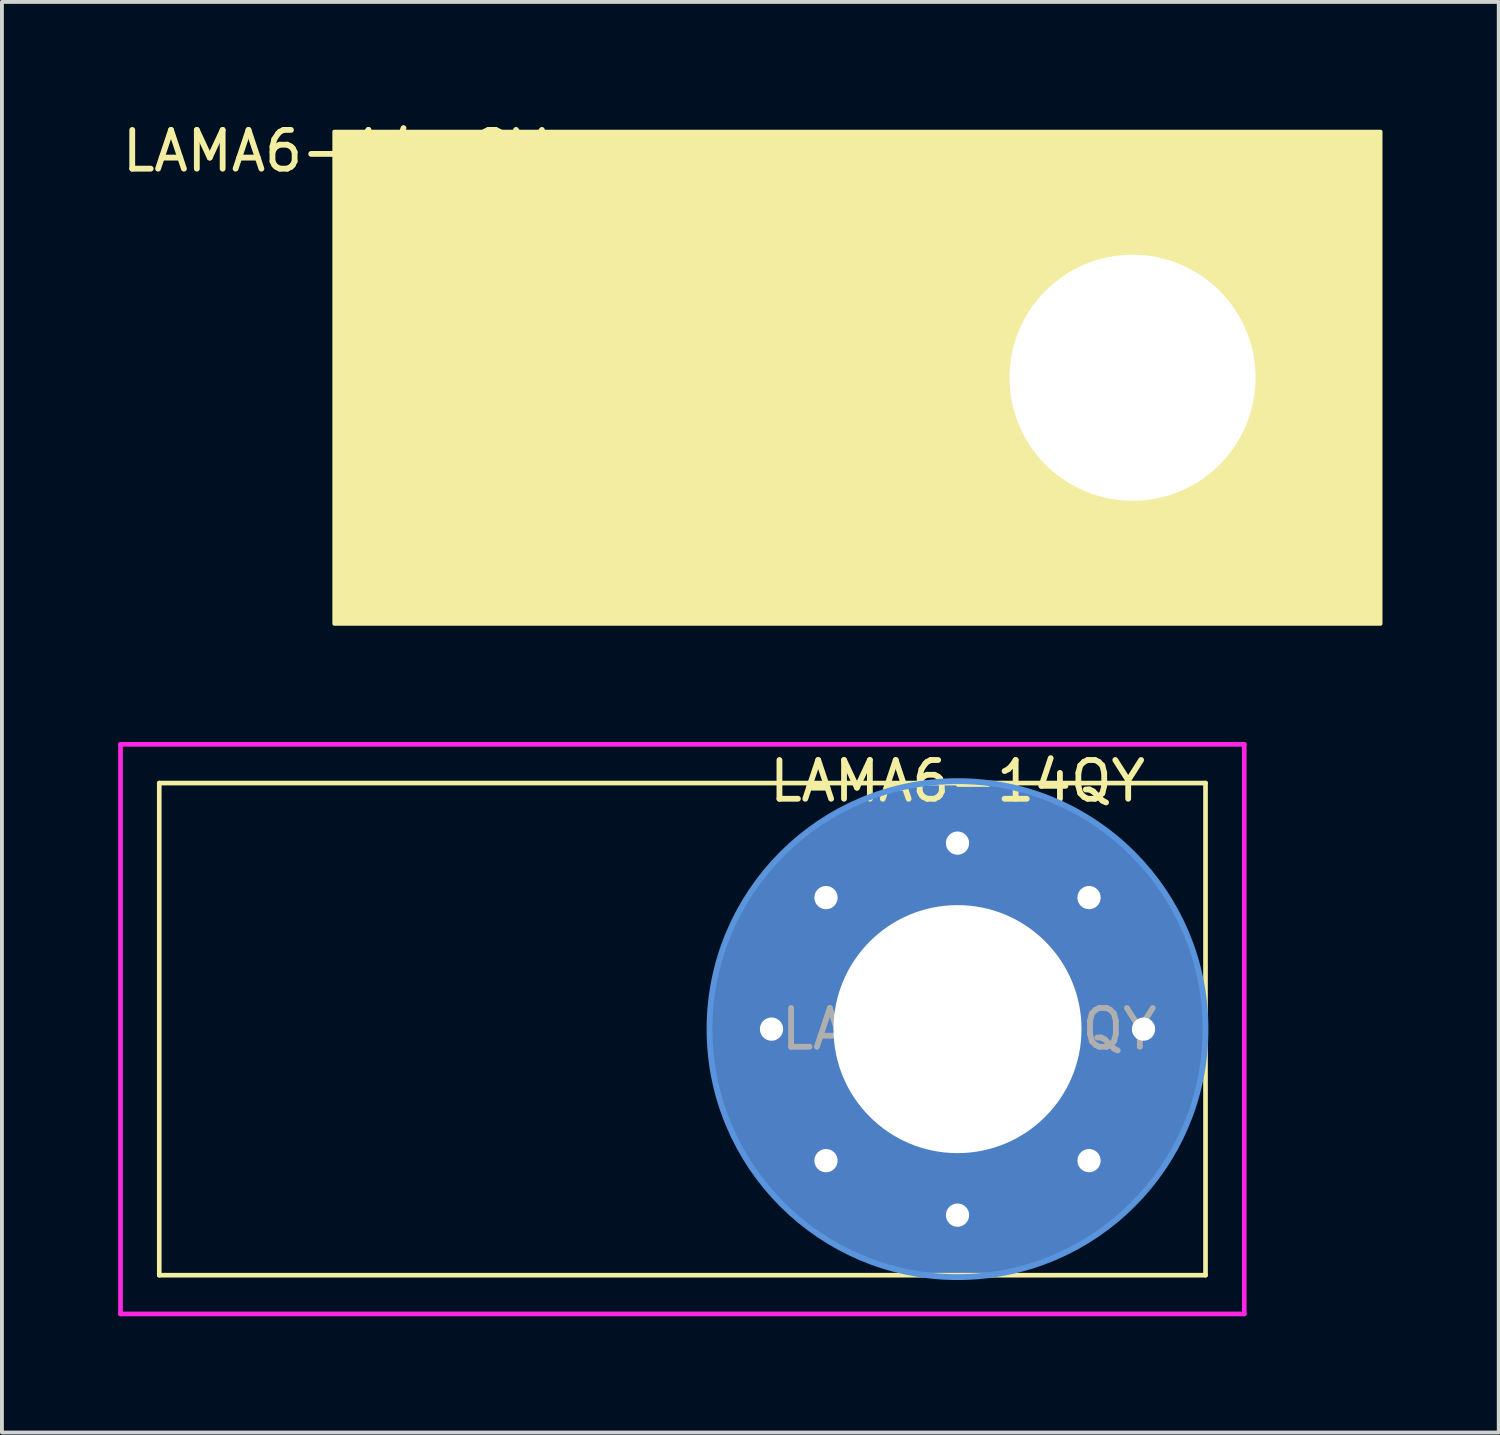
<source format=kicad_pcb>
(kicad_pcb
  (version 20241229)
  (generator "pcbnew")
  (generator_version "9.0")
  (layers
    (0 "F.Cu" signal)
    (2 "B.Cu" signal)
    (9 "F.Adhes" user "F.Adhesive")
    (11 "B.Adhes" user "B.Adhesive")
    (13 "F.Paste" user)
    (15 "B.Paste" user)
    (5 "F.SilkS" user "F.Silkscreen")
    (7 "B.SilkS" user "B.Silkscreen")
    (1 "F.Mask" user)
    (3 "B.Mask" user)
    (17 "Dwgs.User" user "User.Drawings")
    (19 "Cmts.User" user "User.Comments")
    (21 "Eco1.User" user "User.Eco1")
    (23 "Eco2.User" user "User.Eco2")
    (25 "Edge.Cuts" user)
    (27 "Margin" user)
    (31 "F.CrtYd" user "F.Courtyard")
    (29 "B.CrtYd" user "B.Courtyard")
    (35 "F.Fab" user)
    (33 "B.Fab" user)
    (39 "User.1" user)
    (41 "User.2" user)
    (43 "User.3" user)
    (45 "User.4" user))
  (footprint "LAMA6-14QY"
    (layer "F.Cu")
    (at 21.66 23.508)
    (property "Reference" "LAMA6-14QY" (at 0 -6.4 0) (layer "F.SilkS") (effects (font (size 1 1) (thickness 0.15))))
    (attr through_hole)
    (fp_line (start -20.6 -6.35) (end 6.4 -6.35) (stroke (width 0.12) (type solid)) (layer "F.SilkS"))
    (fp_line (start -20.6 6.35) (end -20.6 -6.35) (stroke (width 0.12) (type solid)) (layer "F.SilkS"))
    (fp_line (start 6.4 -6.35) (end 6.4 6.35) (stroke (width 0.12) (type solid)) (layer "F.SilkS"))
    (fp_line (start 6.4 6.35) (end -20.6 6.35) (stroke (width 0.12) (type solid)) (layer "F.SilkS"))
    (fp_circle (center 0 0) (end 6.4 0) (stroke (width 0.15) (type solid)) (fill no) (layer "Cmts.User"))
    (fp_line (start -21.6 -7.35) (end 7.4 -7.35) (stroke (width 0.12) (type solid)) (layer "F.CrtYd"))
    (fp_line (start -21.6 7.35) (end -21.6 -7.35) (stroke (width 0.12) (type solid)) (layer "F.CrtYd"))
    (fp_line (start 7.4 -7.35) (end 7.4 7.35) (stroke (width 0.12) (type solid)) (layer "F.CrtYd"))
    (fp_line (start 7.4 7.35) (end -21.6 7.35) (stroke (width 0.12) (type solid)) (layer "F.CrtYd"))
    (fp_text user "${REFERENCE}" (at 0.3 0 0) (layer "F.Fab") (effects (font (size 1 1) (thickness 0.15))))
    (pad "1" thru_hole circle (at -4.8 0) (size 0.9 0.9) (drill 0.6) (layers "*.Cu" "*.Mask"))
    (pad "1" thru_hole circle (at -3.394 -3.394) (size 0.9 0.9) (drill 0.6) (layers "*.Cu" "*.Mask"))
    (pad "1" thru_hole circle (at -3.394 3.394) (size 0.9 0.9) (drill 0.6) (layers "*.Cu" "*.Mask"))
    (pad "1" thru_hole circle (at 0 -4.8) (size 0.9 0.9) (drill 0.6) (layers "*.Cu" "*.Mask"))
    (pad "1" thru_hole circle (at 0 0) (size 12.8 12.8) (drill 6.4) (layers "*.Cu" "*.Mask"))
    (pad "1" thru_hole circle (at 0 4.8) (size 0.9 0.9) (drill 0.6) (layers "*.Cu" "*.Mask"))
    (pad "1" thru_hole circle (at 3.394 -3.394) (size 0.9 0.9) (drill 0.6) (layers "*.Cu" "*.Mask"))
    (pad "1" thru_hole circle (at 3.394 3.394) (size 0.9 0.9) (drill 0.6) (layers "*.Cu" "*.Mask"))
    (pad "1" thru_hole circle (at 4.8 0) (size 0.9 0.9) (drill 0.6) (layers "*.Cu" "*.Mask")))
  (footprint "LAMA6-14-QY"
    (layer "F.Cu")
    (at 5.577 0.348)
    (property "Reference" "LAMA6-14-QY" (at 0 0.5 0) (layer "F.SilkS") (effects (font (size 1 1) (thickness 0.15))))
    (attr through_hole)
    (fp_poly (pts (xy 27 12.7) (xy 0 12.7) (xy 0 0) (xy 27 0)) (stroke (width 0.1) (type solid)) (fill yes) (layer "F.SilkS"))
    (pad "1" thru_hole circle (at 20.6 6.35) (size 10 10) (drill 6.35) (layers "*.Cu" "*.Mask")))
  (gr_rect
    (start -3 -3)
    (end 35.627 33.918)
    (stroke (width 0.1) (type default))
    (fill no)
    (layer "Edge.Cuts")))
</source>
